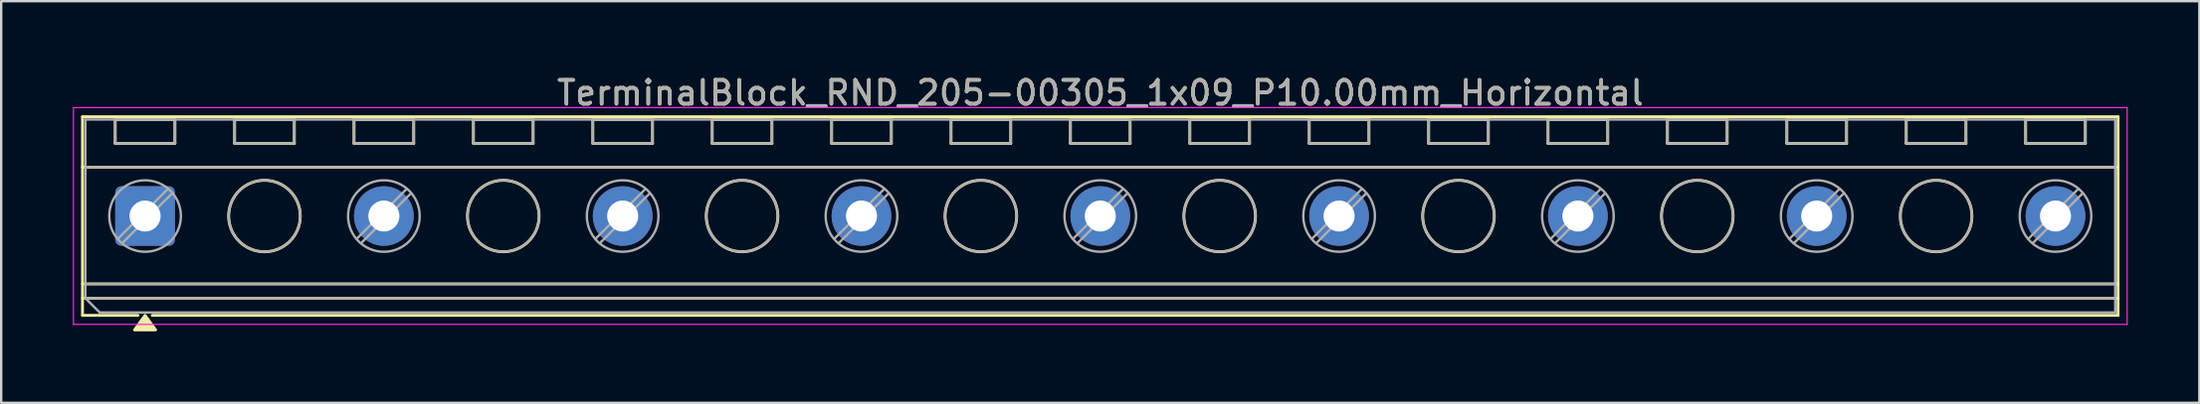
<source format=kicad_pcb>
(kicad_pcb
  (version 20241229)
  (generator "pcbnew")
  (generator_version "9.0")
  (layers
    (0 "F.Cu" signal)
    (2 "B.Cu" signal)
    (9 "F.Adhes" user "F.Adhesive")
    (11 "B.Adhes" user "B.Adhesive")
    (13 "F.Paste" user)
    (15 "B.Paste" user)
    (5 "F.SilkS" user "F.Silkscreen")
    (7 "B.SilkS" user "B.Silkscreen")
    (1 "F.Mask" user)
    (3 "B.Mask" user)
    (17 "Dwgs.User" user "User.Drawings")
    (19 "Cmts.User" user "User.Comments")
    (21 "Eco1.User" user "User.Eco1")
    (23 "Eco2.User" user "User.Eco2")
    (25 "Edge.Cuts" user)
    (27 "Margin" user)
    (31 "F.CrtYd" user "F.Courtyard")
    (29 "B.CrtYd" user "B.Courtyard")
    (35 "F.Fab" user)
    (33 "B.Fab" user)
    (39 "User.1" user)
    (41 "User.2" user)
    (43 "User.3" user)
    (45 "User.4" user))
  (footprint "TerminalBlock_RND_205-00305_1x09_P10.00mm_Horizontal"
    (layer "F.Cu")
    (at 3.025 6.018)
    (property "Reference" "TerminalBlock_RND_205-00305_1x09_P10.00mm_Horizontal" (at 40 -5.17 0) (layer "F.SilkS") (effects (font (size 1 1) (thickness 0.15))))
    (attr through_hole)
    (fp_line (start -2.62 -4.17) (end -2.62 4.17) (stroke (width 0.12) (type solid)) (layer "F.SilkS"))
    (fp_line (start -2.62 -4.17) (end 82.62 -4.17) (stroke (width 0.12) (type solid)) (layer "F.SilkS"))
    (fp_line (start -2.62 -2.05) (end 82.62 -2.05) (stroke (width 0.12) (type solid)) (layer "F.SilkS"))
    (fp_line (start -2.62 2.85) (end 82.62 2.85) (stroke (width 0.12) (type solid)) (layer "F.SilkS"))
    (fp_line (start -2.62 3.45) (end 82.62 3.45) (stroke (width 0.12) (type solid)) (layer "F.SilkS"))
    (fp_line (start -2.62 4.17) (end -0.3 4.17) (stroke (width 0.12) (type solid)) (layer "F.SilkS"))
    (fp_line (start -1.25 -4.05) (end -1.25 -3.05) (stroke (width 0.12) (type solid)) (layer "F.SilkS"))
    (fp_line (start -1.25 -4.05) (end 1.25 -4.05) (stroke (width 0.12) (type solid)) (layer "F.SilkS"))
    (fp_line (start -1.25 -3.05) (end 1.25 -3.05) (stroke (width 0.12) (type solid)) (layer "F.SilkS"))
    (fp_line (start 0.3 4.17) (end 82.62 4.17) (stroke (width 0.12) (type solid)) (layer "F.SilkS"))
    (fp_line (start 1.25 -4.05) (end 1.25 -3.05) (stroke (width 0.12) (type solid)) (layer "F.SilkS"))
    (fp_line (start 3.75 -4.05) (end 3.75 -3.05) (stroke (width 0.12) (type solid)) (layer "F.SilkS"))
    (fp_line (start 3.75 -4.05) (end 6.25 -4.05) (stroke (width 0.12) (type solid)) (layer "F.SilkS"))
    (fp_line (start 3.75 -3.05) (end 6.25 -3.05) (stroke (width 0.12) (type solid)) (layer "F.SilkS"))
    (fp_line (start 6.25 -4.05) (end 6.25 -3.05) (stroke (width 0.12) (type solid)) (layer "F.SilkS"))
    (fp_line (start 8.75 -4.05) (end 8.75 -3.05) (stroke (width 0.12) (type solid)) (layer "F.SilkS"))
    (fp_line (start 8.75 -4.05) (end 11.25 -4.05) (stroke (width 0.12) (type solid)) (layer "F.SilkS"))
    (fp_line (start 8.75 -3.05) (end 11.25 -3.05) (stroke (width 0.12) (type solid)) (layer "F.SilkS"))
    (fp_line (start 11.25 -4.05) (end 11.25 -3.05) (stroke (width 0.12) (type solid)) (layer "F.SilkS"))
    (fp_line (start 13.75 -4.05) (end 13.75 -3.05) (stroke (width 0.12) (type solid)) (layer "F.SilkS"))
    (fp_line (start 13.75 -4.05) (end 16.25 -4.05) (stroke (width 0.12) (type solid)) (layer "F.SilkS"))
    (fp_line (start 13.75 -3.05) (end 16.25 -3.05) (stroke (width 0.12) (type solid)) (layer "F.SilkS"))
    (fp_line (start 16.25 -4.05) (end 16.25 -3.05) (stroke (width 0.12) (type solid)) (layer "F.SilkS"))
    (fp_line (start 18.75 -4.05) (end 18.75 -3.05) (stroke (width 0.12) (type solid)) (layer "F.SilkS"))
    (fp_line (start 18.75 -4.05) (end 21.25 -4.05) (stroke (width 0.12) (type solid)) (layer "F.SilkS"))
    (fp_line (start 18.75 -3.05) (end 21.25 -3.05) (stroke (width 0.12) (type solid)) (layer "F.SilkS"))
    (fp_line (start 21.25 -4.05) (end 21.25 -3.05) (stroke (width 0.12) (type solid)) (layer "F.SilkS"))
    (fp_line (start 23.75 -4.05) (end 23.75 -3.05) (stroke (width 0.12) (type solid)) (layer "F.SilkS"))
    (fp_line (start 23.75 -4.05) (end 26.25 -4.05) (stroke (width 0.12) (type solid)) (layer "F.SilkS"))
    (fp_line (start 23.75 -3.05) (end 26.25 -3.05) (stroke (width 0.12) (type solid)) (layer "F.SilkS"))
    (fp_line (start 26.25 -4.05) (end 26.25 -3.05) (stroke (width 0.12) (type solid)) (layer "F.SilkS"))
    (fp_line (start 28.75 -4.05) (end 28.75 -3.05) (stroke (width 0.12) (type solid)) (layer "F.SilkS"))
    (fp_line (start 28.75 -4.05) (end 31.25 -4.05) (stroke (width 0.12) (type solid)) (layer "F.SilkS"))
    (fp_line (start 28.75 -3.05) (end 31.25 -3.05) (stroke (width 0.12) (type solid)) (layer "F.SilkS"))
    (fp_line (start 31.25 -4.05) (end 31.25 -3.05) (stroke (width 0.12) (type solid)) (layer "F.SilkS"))
    (fp_line (start 33.75 -4.05) (end 33.75 -3.05) (stroke (width 0.12) (type solid)) (layer "F.SilkS"))
    (fp_line (start 33.75 -4.05) (end 36.25 -4.05) (stroke (width 0.12) (type solid)) (layer "F.SilkS"))
    (fp_line (start 33.75 -3.05) (end 36.25 -3.05) (stroke (width 0.12) (type solid)) (layer "F.SilkS"))
    (fp_line (start 36.25 -4.05) (end 36.25 -3.05) (stroke (width 0.12) (type solid)) (layer "F.SilkS"))
    (fp_line (start 38.75 -4.05) (end 38.75 -3.05) (stroke (width 0.12) (type solid)) (layer "F.SilkS"))
    (fp_line (start 38.75 -4.05) (end 41.25 -4.05) (stroke (width 0.12) (type solid)) (layer "F.SilkS"))
    (fp_line (start 38.75 -3.05) (end 41.25 -3.05) (stroke (width 0.12) (type solid)) (layer "F.SilkS"))
    (fp_line (start 41.25 -4.05) (end 41.25 -3.05) (stroke (width 0.12) (type solid)) (layer "F.SilkS"))
    (fp_line (start 43.75 -4.05) (end 43.75 -3.05) (stroke (width 0.12) (type solid)) (layer "F.SilkS"))
    (fp_line (start 43.75 -4.05) (end 46.25 -4.05) (stroke (width 0.12) (type solid)) (layer "F.SilkS"))
    (fp_line (start 43.75 -3.05) (end 46.25 -3.05) (stroke (width 0.12) (type solid)) (layer "F.SilkS"))
    (fp_line (start 46.25 -4.05) (end 46.25 -3.05) (stroke (width 0.12) (type solid)) (layer "F.SilkS"))
    (fp_line (start 48.75 -4.05) (end 48.75 -3.05) (stroke (width 0.12) (type solid)) (layer "F.SilkS"))
    (fp_line (start 48.75 -4.05) (end 51.25 -4.05) (stroke (width 0.12) (type solid)) (layer "F.SilkS"))
    (fp_line (start 48.75 -3.05) (end 51.25 -3.05) (stroke (width 0.12) (type solid)) (layer "F.SilkS"))
    (fp_line (start 51.25 -4.05) (end 51.25 -3.05) (stroke (width 0.12) (type solid)) (layer "F.SilkS"))
    (fp_line (start 53.75 -4.05) (end 53.75 -3.05) (stroke (width 0.12) (type solid)) (layer "F.SilkS"))
    (fp_line (start 53.75 -4.05) (end 56.25 -4.05) (stroke (width 0.12) (type solid)) (layer "F.SilkS"))
    (fp_line (start 53.75 -3.05) (end 56.25 -3.05) (stroke (width 0.12) (type solid)) (layer "F.SilkS"))
    (fp_line (start 56.25 -4.05) (end 56.25 -3.05) (stroke (width 0.12) (type solid)) (layer "F.SilkS"))
    (fp_line (start 58.75 -4.05) (end 58.75 -3.05) (stroke (width 0.12) (type solid)) (layer "F.SilkS"))
    (fp_line (start 58.75 -4.05) (end 61.25 -4.05) (stroke (width 0.12) (type solid)) (layer "F.SilkS"))
    (fp_line (start 58.75 -3.05) (end 61.25 -3.05) (stroke (width 0.12) (type solid)) (layer "F.SilkS"))
    (fp_line (start 61.25 -4.05) (end 61.25 -3.05) (stroke (width 0.12) (type solid)) (layer "F.SilkS"))
    (fp_line (start 63.75 -4.05) (end 63.75 -3.05) (stroke (width 0.12) (type solid)) (layer "F.SilkS"))
    (fp_line (start 63.75 -4.05) (end 66.25 -4.05) (stroke (width 0.12) (type solid)) (layer "F.SilkS"))
    (fp_line (start 63.75 -3.05) (end 66.25 -3.05) (stroke (width 0.12) (type solid)) (layer "F.SilkS"))
    (fp_line (start 66.25 -4.05) (end 66.25 -3.05) (stroke (width 0.12) (type solid)) (layer "F.SilkS"))
    (fp_line (start 68.75 -4.05) (end 68.75 -3.05) (stroke (width 0.12) (type solid)) (layer "F.SilkS"))
    (fp_line (start 68.75 -4.05) (end 71.25 -4.05) (stroke (width 0.12) (type solid)) (layer "F.SilkS"))
    (fp_line (start 68.75 -3.05) (end 71.25 -3.05) (stroke (width 0.12) (type solid)) (layer "F.SilkS"))
    (fp_line (start 71.25 -4.05) (end 71.25 -3.05) (stroke (width 0.12) (type solid)) (layer "F.SilkS"))
    (fp_line (start 73.75 -4.05) (end 73.75 -3.05) (stroke (width 0.12) (type solid)) (layer "F.SilkS"))
    (fp_line (start 73.75 -4.05) (end 76.25 -4.05) (stroke (width 0.12) (type solid)) (layer "F.SilkS"))
    (fp_line (start 73.75 -3.05) (end 76.25 -3.05) (stroke (width 0.12) (type solid)) (layer "F.SilkS"))
    (fp_line (start 76.25 -4.05) (end 76.25 -3.05) (stroke (width 0.12) (type solid)) (layer "F.SilkS"))
    (fp_line (start 78.75 -4.05) (end 78.75 -3.05) (stroke (width 0.12) (type solid)) (layer "F.SilkS"))
    (fp_line (start 78.75 -4.05) (end 81.25 -4.05) (stroke (width 0.12) (type solid)) (layer "F.SilkS"))
    (fp_line (start 78.75 -3.05) (end 81.25 -3.05) (stroke (width 0.12) (type solid)) (layer "F.SilkS"))
    (fp_line (start 81.25 -4.05) (end 81.25 -3.05) (stroke (width 0.12) (type solid)) (layer "F.SilkS"))
    (fp_line (start 82.62 -4.17) (end 82.62 4.17) (stroke (width 0.12) (type solid)) (layer "F.SilkS"))
    (fp_circle (center 5 0) (end 6.5 0) (stroke (width 0.12) (type solid)) (fill no) (layer "F.SilkS"))
    (fp_circle (center 15 0) (end 16.5 0) (stroke (width 0.12) (type solid)) (fill no) (layer "F.SilkS"))
    (fp_circle (center 25 0) (end 26.5 0) (stroke (width 0.12) (type solid)) (fill no) (layer "F.SilkS"))
    (fp_circle (center 35 0) (end 36.5 0) (stroke (width 0.12) (type solid)) (fill no) (layer "F.SilkS"))
    (fp_circle (center 45 0) (end 46.5 0) (stroke (width 0.12) (type solid)) (fill no) (layer "F.SilkS"))
    (fp_circle (center 55 0) (end 56.5 0) (stroke (width 0.12) (type solid)) (fill no) (layer "F.SilkS"))
    (fp_circle (center 65 0) (end 66.5 0) (stroke (width 0.12) (type solid)) (fill no) (layer "F.SilkS"))
    (fp_circle (center 75 0) (end 76.5 0) (stroke (width 0.12) (type solid)) (fill no) (layer "F.SilkS"))
    (fp_poly (pts (xy 0 4.17) (xy 0.44 4.78) (xy -0.44 4.78)) (stroke (width 0.12) (type solid)) (fill yes) (layer "F.SilkS"))
    (fp_line (start -3 -4.55) (end -3 4.55) (stroke (width 0.05) (type solid)) (layer "F.CrtYd"))
    (fp_line (start -3 4.55) (end 83 4.55) (stroke (width 0.05) (type solid)) (layer "F.CrtYd"))
    (fp_line (start 83 -4.55) (end -3 -4.55) (stroke (width 0.05) (type solid)) (layer "F.CrtYd"))
    (fp_line (start 83 4.55) (end 83 -4.55) (stroke (width 0.05) (type solid)) (layer "F.CrtYd"))
    (fp_line (start -2.5 -4.05) (end 82.5 -4.05) (stroke (width 0.1) (type solid)) (layer "F.Fab"))
    (fp_line (start -2.5 -2.05) (end 82.5 -2.05) (stroke (width 0.1) (type solid)) (layer "F.Fab"))
    (fp_line (start -2.5 2.85) (end 82.5 2.85) (stroke (width 0.1) (type solid)) (layer "F.Fab"))
    (fp_line (start -2.5 3.45) (end -2.5 -4.05) (stroke (width 0.1) (type solid)) (layer "F.Fab"))
    (fp_line (start -2.5 3.45) (end 82.5 3.45) (stroke (width 0.1) (type solid)) (layer "F.Fab"))
    (fp_line (start -1.9 4.05) (end -2.5 3.45) (stroke (width 0.1) (type solid)) (layer "F.Fab"))
    (fp_line (start -1.25 -4.05) (end -1.25 -3.05) (stroke (width 0.1) (type solid)) (layer "F.Fab"))
    (fp_line (start -1.25 -3.05) (end 1.25 -3.05) (stroke (width 0.1) (type solid)) (layer "F.Fab"))
    (fp_line (start 0.955 -1.138) (end -1.138 0.955) (stroke (width 0.1) (type solid)) (layer "F.Fab"))
    (fp_line (start 1.138 -0.955) (end -0.955 1.138) (stroke (width 0.1) (type solid)) (layer "F.Fab"))
    (fp_line (start 1.25 -4.05) (end -1.25 -4.05) (stroke (width 0.1) (type solid)) (layer "F.Fab"))
    (fp_line (start 1.25 -3.05) (end 1.25 -4.05) (stroke (width 0.1) (type solid)) (layer "F.Fab"))
    (fp_line (start 3.75 -4.05) (end 3.75 -3.05) (stroke (width 0.1) (type solid)) (layer "F.Fab"))
    (fp_line (start 3.75 -3.05) (end 6.25 -3.05) (stroke (width 0.1) (type solid)) (layer "F.Fab"))
    (fp_line (start 6.25 -4.05) (end 3.75 -4.05) (stroke (width 0.1) (type solid)) (layer "F.Fab"))
    (fp_line (start 6.25 -3.05) (end 6.25 -4.05) (stroke (width 0.1) (type solid)) (layer "F.Fab"))
    (fp_line (start 8.75 -4.05) (end 8.75 -3.05) (stroke (width 0.1) (type solid)) (layer "F.Fab"))
    (fp_line (start 8.75 -3.05) (end 11.25 -3.05) (stroke (width 0.1) (type solid)) (layer "F.Fab"))
    (fp_line (start 10.955 -1.138) (end 8.862 0.955) (stroke (width 0.1) (type solid)) (layer "F.Fab"))
    (fp_line (start 11.138 -0.955) (end 9.045 1.138) (stroke (width 0.1) (type solid)) (layer "F.Fab"))
    (fp_line (start 11.25 -4.05) (end 8.75 -4.05) (stroke (width 0.1) (type solid)) (layer "F.Fab"))
    (fp_line (start 11.25 -3.05) (end 11.25 -4.05) (stroke (width 0.1) (type solid)) (layer "F.Fab"))
    (fp_line (start 13.75 -4.05) (end 13.75 -3.05) (stroke (width 0.1) (type solid)) (layer "F.Fab"))
    (fp_line (start 13.75 -3.05) (end 16.25 -3.05) (stroke (width 0.1) (type solid)) (layer "F.Fab"))
    (fp_line (start 16.25 -4.05) (end 13.75 -4.05) (stroke (width 0.1) (type solid)) (layer "F.Fab"))
    (fp_line (start 16.25 -3.05) (end 16.25 -4.05) (stroke (width 0.1) (type solid)) (layer "F.Fab"))
    (fp_line (start 18.75 -4.05) (end 18.75 -3.05) (stroke (width 0.1) (type solid)) (layer "F.Fab"))
    (fp_line (start 18.75 -3.05) (end 21.25 -3.05) (stroke (width 0.1) (type solid)) (layer "F.Fab"))
    (fp_line (start 20.955 -1.138) (end 18.862 0.955) (stroke (width 0.1) (type solid)) (layer "F.Fab"))
    (fp_line (start 21.138 -0.955) (end 19.045 1.138) (stroke (width 0.1) (type solid)) (layer "F.Fab"))
    (fp_line (start 21.25 -4.05) (end 18.75 -4.05) (stroke (width 0.1) (type solid)) (layer "F.Fab"))
    (fp_line (start 21.25 -3.05) (end 21.25 -4.05) (stroke (width 0.1) (type solid)) (layer "F.Fab"))
    (fp_line (start 23.75 -4.05) (end 23.75 -3.05) (stroke (width 0.1) (type solid)) (layer "F.Fab"))
    (fp_line (start 23.75 -3.05) (end 26.25 -3.05) (stroke (width 0.1) (type solid)) (layer "F.Fab"))
    (fp_line (start 26.25 -4.05) (end 23.75 -4.05) (stroke (width 0.1) (type solid)) (layer "F.Fab"))
    (fp_line (start 26.25 -3.05) (end 26.25 -4.05) (stroke (width 0.1) (type solid)) (layer "F.Fab"))
    (fp_line (start 28.75 -4.05) (end 28.75 -3.05) (stroke (width 0.1) (type solid)) (layer "F.Fab"))
    (fp_line (start 28.75 -3.05) (end 31.25 -3.05) (stroke (width 0.1) (type solid)) (layer "F.Fab"))
    (fp_line (start 30.955 -1.138) (end 28.862 0.955) (stroke (width 0.1) (type solid)) (layer "F.Fab"))
    (fp_line (start 31.138 -0.955) (end 29.045 1.138) (stroke (width 0.1) (type solid)) (layer "F.Fab"))
    (fp_line (start 31.25 -4.05) (end 28.75 -4.05) (stroke (width 0.1) (type solid)) (layer "F.Fab"))
    (fp_line (start 31.25 -3.05) (end 31.25 -4.05) (stroke (width 0.1) (type solid)) (layer "F.Fab"))
    (fp_line (start 33.75 -4.05) (end 33.75 -3.05) (stroke (width 0.1) (type solid)) (layer "F.Fab"))
    (fp_line (start 33.75 -3.05) (end 36.25 -3.05) (stroke (width 0.1) (type solid)) (layer "F.Fab"))
    (fp_line (start 36.25 -4.05) (end 33.75 -4.05) (stroke (width 0.1) (type solid)) (layer "F.Fab"))
    (fp_line (start 36.25 -3.05) (end 36.25 -4.05) (stroke (width 0.1) (type solid)) (layer "F.Fab"))
    (fp_line (start 38.75 -4.05) (end 38.75 -3.05) (stroke (width 0.1) (type solid)) (layer "F.Fab"))
    (fp_line (start 38.75 -3.05) (end 41.25 -3.05) (stroke (width 0.1) (type solid)) (layer "F.Fab"))
    (fp_line (start 40.955 -1.138) (end 38.862 0.955) (stroke (width 0.1) (type solid)) (layer "F.Fab"))
    (fp_line (start 41.138 -0.955) (end 39.045 1.138) (stroke (width 0.1) (type solid)) (layer "F.Fab"))
    (fp_line (start 41.25 -4.05) (end 38.75 -4.05) (stroke (width 0.1) (type solid)) (layer "F.Fab"))
    (fp_line (start 41.25 -3.05) (end 41.25 -4.05) (stroke (width 0.1) (type solid)) (layer "F.Fab"))
    (fp_line (start 43.75 -4.05) (end 43.75 -3.05) (stroke (width 0.1) (type solid)) (layer "F.Fab"))
    (fp_line (start 43.75 -3.05) (end 46.25 -3.05) (stroke (width 0.1) (type solid)) (layer "F.Fab"))
    (fp_line (start 46.25 -4.05) (end 43.75 -4.05) (stroke (width 0.1) (type solid)) (layer "F.Fab"))
    (fp_line (start 46.25 -3.05) (end 46.25 -4.05) (stroke (width 0.1) (type solid)) (layer "F.Fab"))
    (fp_line (start 48.75 -4.05) (end 48.75 -3.05) (stroke (width 0.1) (type solid)) (layer "F.Fab"))
    (fp_line (start 48.75 -3.05) (end 51.25 -3.05) (stroke (width 0.1) (type solid)) (layer "F.Fab"))
    (fp_line (start 50.955 -1.138) (end 48.862 0.955) (stroke (width 0.1) (type solid)) (layer "F.Fab"))
    (fp_line (start 51.138 -0.955) (end 49.045 1.138) (stroke (width 0.1) (type solid)) (layer "F.Fab"))
    (fp_line (start 51.25 -4.05) (end 48.75 -4.05) (stroke (width 0.1) (type solid)) (layer "F.Fab"))
    (fp_line (start 51.25 -3.05) (end 51.25 -4.05) (stroke (width 0.1) (type solid)) (layer "F.Fab"))
    (fp_line (start 53.75 -4.05) (end 53.75 -3.05) (stroke (width 0.1) (type solid)) (layer "F.Fab"))
    (fp_line (start 53.75 -3.05) (end 56.25 -3.05) (stroke (width 0.1) (type solid)) (layer "F.Fab"))
    (fp_line (start 56.25 -4.05) (end 53.75 -4.05) (stroke (width 0.1) (type solid)) (layer "F.Fab"))
    (fp_line (start 56.25 -3.05) (end 56.25 -4.05) (stroke (width 0.1) (type solid)) (layer "F.Fab"))
    (fp_line (start 58.75 -4.05) (end 58.75 -3.05) (stroke (width 0.1) (type solid)) (layer "F.Fab"))
    (fp_line (start 58.75 -3.05) (end 61.25 -3.05) (stroke (width 0.1) (type solid)) (layer "F.Fab"))
    (fp_line (start 60.955 -1.138) (end 58.862 0.955) (stroke (width 0.1) (type solid)) (layer "F.Fab"))
    (fp_line (start 61.138 -0.955) (end 59.045 1.138) (stroke (width 0.1) (type solid)) (layer "F.Fab"))
    (fp_line (start 61.25 -4.05) (end 58.75 -4.05) (stroke (width 0.1) (type solid)) (layer "F.Fab"))
    (fp_line (start 61.25 -3.05) (end 61.25 -4.05) (stroke (width 0.1) (type solid)) (layer "F.Fab"))
    (fp_line (start 63.75 -4.05) (end 63.75 -3.05) (stroke (width 0.1) (type solid)) (layer "F.Fab"))
    (fp_line (start 63.75 -3.05) (end 66.25 -3.05) (stroke (width 0.1) (type solid)) (layer "F.Fab"))
    (fp_line (start 66.25 -4.05) (end 63.75 -4.05) (stroke (width 0.1) (type solid)) (layer "F.Fab"))
    (fp_line (start 66.25 -3.05) (end 66.25 -4.05) (stroke (width 0.1) (type solid)) (layer "F.Fab"))
    (fp_line (start 68.75 -4.05) (end 68.75 -3.05) (stroke (width 0.1) (type solid)) (layer "F.Fab"))
    (fp_line (start 68.75 -3.05) (end 71.25 -3.05) (stroke (width 0.1) (type solid)) (layer "F.Fab"))
    (fp_line (start 70.955 -1.138) (end 68.862 0.955) (stroke (width 0.1) (type solid)) (layer "F.Fab"))
    (fp_line (start 71.138 -0.955) (end 69.045 1.138) (stroke (width 0.1) (type solid)) (layer "F.Fab"))
    (fp_line (start 71.25 -4.05) (end 68.75 -4.05) (stroke (width 0.1) (type solid)) (layer "F.Fab"))
    (fp_line (start 71.25 -3.05) (end 71.25 -4.05) (stroke (width 0.1) (type solid)) (layer "F.Fab"))
    (fp_line (start 73.75 -4.05) (end 73.75 -3.05) (stroke (width 0.1) (type solid)) (layer "F.Fab"))
    (fp_line (start 73.75 -3.05) (end 76.25 -3.05) (stroke (width 0.1) (type solid)) (layer "F.Fab"))
    (fp_line (start 76.25 -4.05) (end 73.75 -4.05) (stroke (width 0.1) (type solid)) (layer "F.Fab"))
    (fp_line (start 76.25 -3.05) (end 76.25 -4.05) (stroke (width 0.1) (type solid)) (layer "F.Fab"))
    (fp_line (start 78.75 -4.05) (end 78.75 -3.05) (stroke (width 0.1) (type solid)) (layer "F.Fab"))
    (fp_line (start 78.75 -3.05) (end 81.25 -3.05) (stroke (width 0.1) (type solid)) (layer "F.Fab"))
    (fp_line (start 80.955 -1.138) (end 78.862 0.955) (stroke (width 0.1) (type solid)) (layer "F.Fab"))
    (fp_line (start 81.138 -0.955) (end 79.045 1.138) (stroke (width 0.1) (type solid)) (layer "F.Fab"))
    (fp_line (start 81.25 -4.05) (end 78.75 -4.05) (stroke (width 0.1) (type solid)) (layer "F.Fab"))
    (fp_line (start 81.25 -3.05) (end 81.25 -4.05) (stroke (width 0.1) (type solid)) (layer "F.Fab"))
    (fp_line (start 82.5 -4.05) (end 82.5 4.05) (stroke (width 0.1) (type solid)) (layer "F.Fab"))
    (fp_line (start 82.5 4.05) (end -1.9 4.05) (stroke (width 0.1) (type solid)) (layer "F.Fab"))
    (fp_circle (center 0 0) (end 1.5 0) (stroke (width 0.1) (type solid)) (fill no) (layer "F.Fab"))
    (fp_circle (center 5 0) (end 6.5 0) (stroke (width 0.1) (type solid)) (fill no) (layer "F.Fab"))
    (fp_circle (center 10 0) (end 11.5 0) (stroke (width 0.1) (type solid)) (fill no) (layer "F.Fab"))
    (fp_circle (center 15 0) (end 16.5 0) (stroke (width 0.1) (type solid)) (fill no) (layer "F.Fab"))
    (fp_circle (center 20 0) (end 21.5 0) (stroke (width 0.1) (type solid)) (fill no) (layer "F.Fab"))
    (fp_circle (center 25 0) (end 26.5 0) (stroke (width 0.1) (type solid)) (fill no) (layer "F.Fab"))
    (fp_circle (center 30 0) (end 31.5 0) (stroke (width 0.1) (type solid)) (fill no) (layer "F.Fab"))
    (fp_circle (center 35 0) (end 36.5 0) (stroke (width 0.1) (type solid)) (fill no) (layer "F.Fab"))
    (fp_circle (center 40 0) (end 41.5 0) (stroke (width 0.1) (type solid)) (fill no) (layer "F.Fab"))
    (fp_circle (center 45 0) (end 46.5 0) (stroke (width 0.1) (type solid)) (fill no) (layer "F.Fab"))
    (fp_circle (center 50 0) (end 51.5 0) (stroke (width 0.1) (type solid)) (fill no) (layer "F.Fab"))
    (fp_circle (center 55 0) (end 56.5 0) (stroke (width 0.1) (type solid)) (fill no) (layer "F.Fab"))
    (fp_circle (center 60 0) (end 61.5 0) (stroke (width 0.1) (type solid)) (fill no) (layer "F.Fab"))
    (fp_circle (center 65 0) (end 66.5 0) (stroke (width 0.1) (type solid)) (fill no) (layer "F.Fab"))
    (fp_circle (center 70 0) (end 71.5 0) (stroke (width 0.1) (type solid)) (fill no) (layer "F.Fab"))
    (fp_circle (center 75 0) (end 76.5 0) (stroke (width 0.1) (type solid)) (fill no) (layer "F.Fab"))
    (fp_circle (center 80 0) (end 81.5 0) (stroke (width 0.1) (type solid)) (fill no) (layer "F.Fab"))
    (fp_text user "${REFERENCE}" (at 40 -5.17 0) (layer "F.Fab") (effects (font (size 1 1) (thickness 0.15))))
    (pad "1" thru_hole roundrect (at 0 0) (size 2.5 2.5) (drill 1.3) (layers "*.Cu" "*.Mask") (roundrect_rratio 0.1))
    (pad "2" thru_hole circle (at 10 0) (size 2.5 2.5) (drill 1.3) (layers "*.Cu" "*.Mask"))
    (pad "3" thru_hole circle (at 20 0) (size 2.5 2.5) (drill 1.3) (layers "*.Cu" "*.Mask"))
    (pad "4" thru_hole circle (at 30 0) (size 2.5 2.5) (drill 1.3) (layers "*.Cu" "*.Mask"))
    (pad "5" thru_hole circle (at 40 0) (size 2.5 2.5) (drill 1.3) (layers "*.Cu" "*.Mask"))
    (pad "6" thru_hole circle (at 50 0) (size 2.5 2.5) (drill 1.3) (layers "*.Cu" "*.Mask"))
    (pad "7" thru_hole circle (at 60 0) (size 2.5 2.5) (drill 1.3) (layers "*.Cu" "*.Mask"))
    (pad "8" thru_hole circle (at 70 0) (size 2.5 2.5) (drill 1.3) (layers "*.Cu" "*.Mask"))
    (pad "9" thru_hole circle (at 80 0) (size 2.5 2.5) (drill 1.3) (layers "*.Cu" "*.Mask")))
  (gr_rect
    (start -3 -3)
    (end 89.05 13.858)
    (stroke (width 0.1) (type default))
    (fill no)
    (layer "Edge.Cuts")))
</source>
